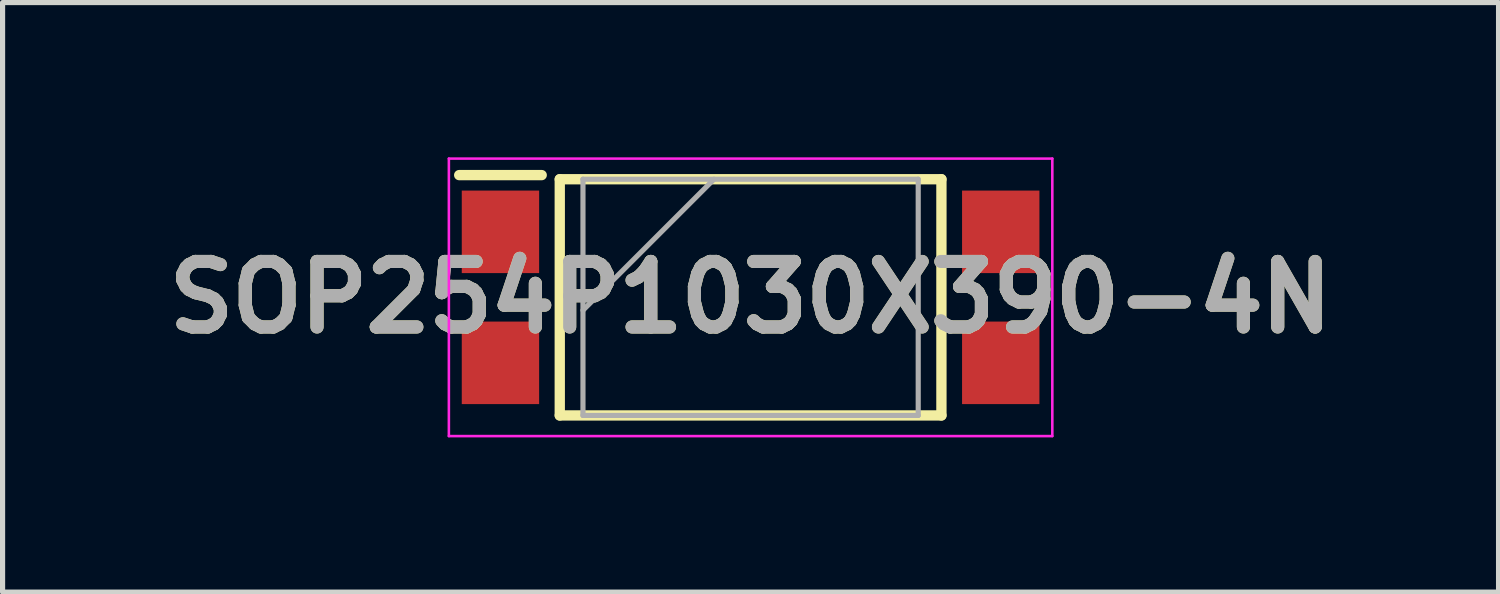
<source format=kicad_pcb>
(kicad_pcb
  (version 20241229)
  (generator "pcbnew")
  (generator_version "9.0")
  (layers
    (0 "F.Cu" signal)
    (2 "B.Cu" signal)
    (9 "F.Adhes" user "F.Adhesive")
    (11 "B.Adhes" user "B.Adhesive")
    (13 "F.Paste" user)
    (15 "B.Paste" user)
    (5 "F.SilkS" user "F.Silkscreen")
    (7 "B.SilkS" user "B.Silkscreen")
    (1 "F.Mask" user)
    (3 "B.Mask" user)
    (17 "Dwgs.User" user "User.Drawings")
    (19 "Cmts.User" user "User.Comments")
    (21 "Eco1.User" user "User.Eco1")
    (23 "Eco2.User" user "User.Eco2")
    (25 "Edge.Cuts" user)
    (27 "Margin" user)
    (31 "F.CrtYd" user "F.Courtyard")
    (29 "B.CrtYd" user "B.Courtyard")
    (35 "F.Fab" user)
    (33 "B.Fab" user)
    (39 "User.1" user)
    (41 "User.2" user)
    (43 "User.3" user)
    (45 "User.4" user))
  (footprint "SOP254P1030X390-4N"
    (layer "F.Cu")
    (at 11.503 2.715)
    (property "Reference" "SOP254P1030X390-4N" (at 0 0 0) (layer "F.SilkS") (effects (font (size 1.27 1.27) (thickness 0.254))))
    (attr smd)
    (fp_line (start -5.65 -2.37) (end -4.05 -2.37) (stroke (width 0.2) (type solid)) (layer "F.SilkS"))
    (fp_line (start -3.7 -2.29) (end 3.7 -2.29) (stroke (width 0.2) (type solid)) (layer "F.SilkS"))
    (fp_line (start -3.7 2.29) (end -3.7 -2.29) (stroke (width 0.2) (type solid)) (layer "F.SilkS"))
    (fp_line (start 3.7 -2.29) (end 3.7 2.29) (stroke (width 0.2) (type solid)) (layer "F.SilkS"))
    (fp_line (start 3.7 2.29) (end -3.7 2.29) (stroke (width 0.2) (type solid)) (layer "F.SilkS"))
    (fp_line (start -5.85 -2.69) (end 5.85 -2.69) (stroke (width 0.05) (type solid)) (layer "F.CrtYd"))
    (fp_line (start -5.85 2.69) (end -5.85 -2.69) (stroke (width 0.05) (type solid)) (layer "F.CrtYd"))
    (fp_line (start 5.85 -2.69) (end 5.85 2.69) (stroke (width 0.05) (type solid)) (layer "F.CrtYd"))
    (fp_line (start 5.85 2.69) (end -5.85 2.69) (stroke (width 0.05) (type solid)) (layer "F.CrtYd"))
    (fp_line (start -3.25 -2.29) (end 3.25 -2.29) (stroke (width 0.1) (type solid)) (layer "F.Fab"))
    (fp_line (start -3.25 0.25) (end -0.71 -2.29) (stroke (width 0.1) (type solid)) (layer "F.Fab"))
    (fp_line (start -3.25 2.29) (end -3.25 -2.29) (stroke (width 0.1) (type solid)) (layer "F.Fab"))
    (fp_line (start 3.25 -2.29) (end 3.25 2.29) (stroke (width 0.1) (type solid)) (layer "F.Fab"))
    (fp_line (start 3.25 2.29) (end -3.25 2.29) (stroke (width 0.1) (type solid)) (layer "F.Fab"))
    (fp_text user "${REFERENCE}" (at 0 0 0) (layer "F.Fab") (effects (font (size 1.27 1.27) (thickness 0.254))))
    (pad "1" smd rect (at -4.85 -1.27) (size 1.5 1.6) (layers "F.Cu" "F.Mask" "F.Paste"))
    (pad "2" smd rect (at -4.85 1.27) (size 1.5 1.6) (layers "F.Cu" "F.Mask" "F.Paste"))
    (pad "3" smd rect (at 4.85 1.27) (size 1.5 1.6) (layers "F.Cu" "F.Mask" "F.Paste"))
    (pad "4" smd rect (at 4.85 -1.27) (size 1.5 1.6) (layers "F.Cu" "F.Mask" "F.Paste")))
  (gr_rect
    (start -3 -3)
    (end 26.005 8.43)
    (stroke (width 0.1) (type default))
    (fill no)
    (layer "Edge.Cuts")))
</source>
